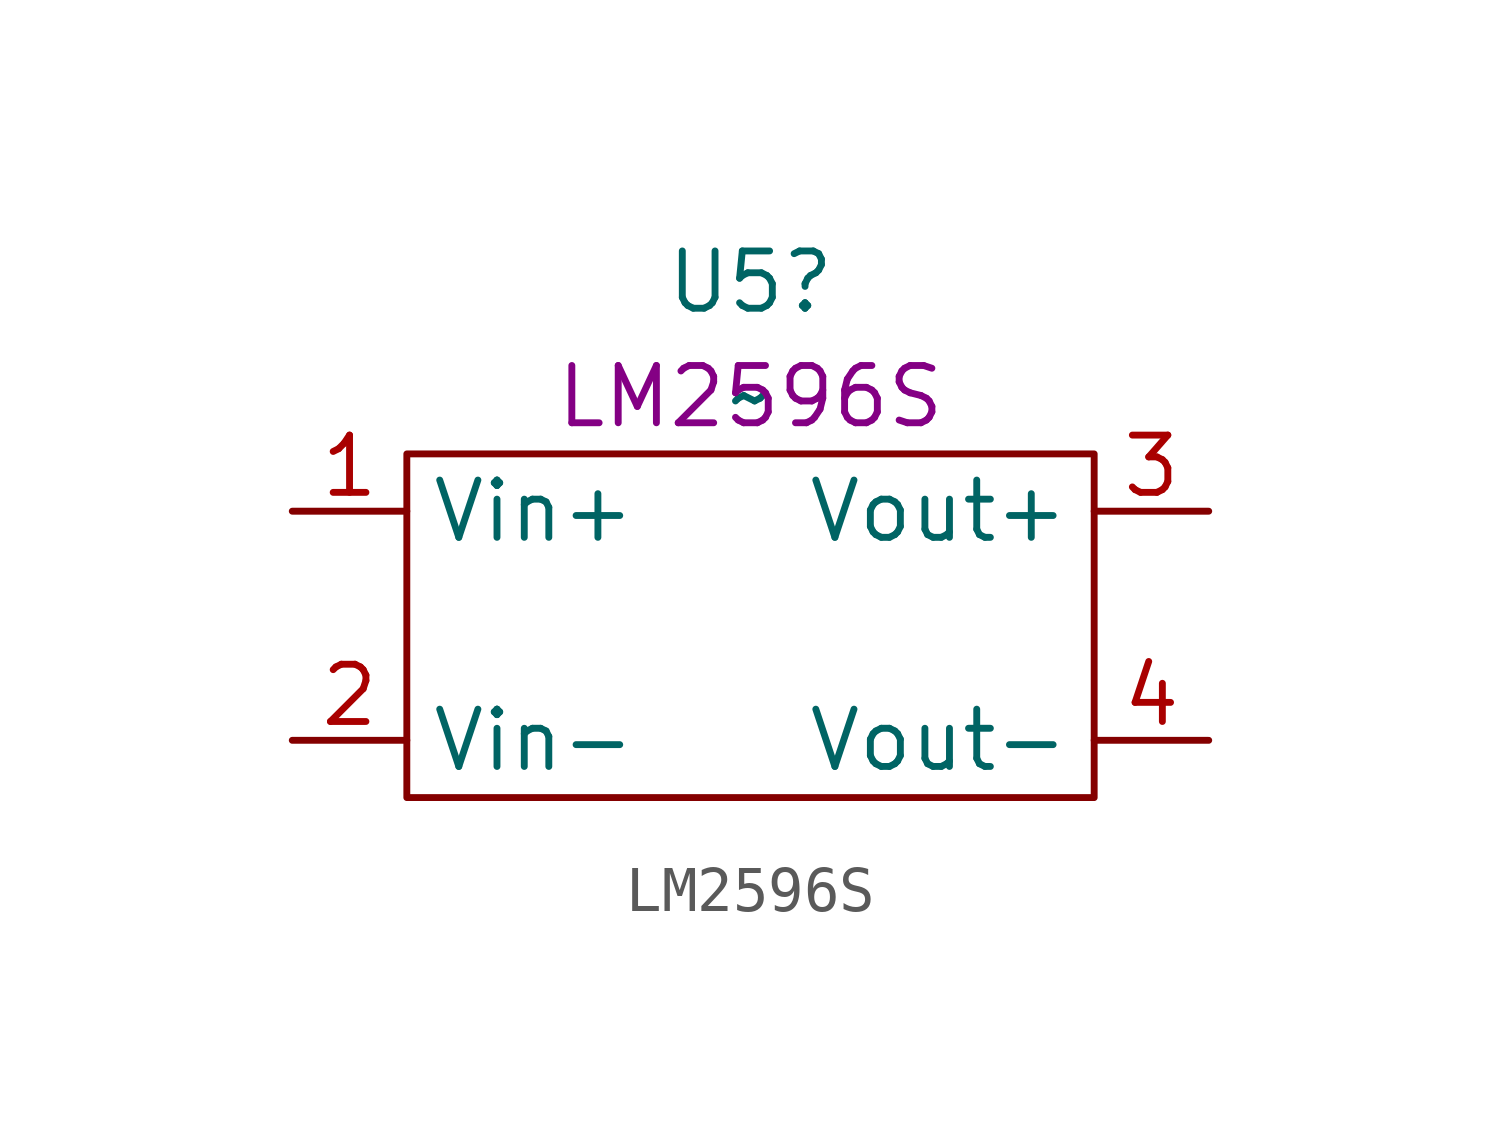
<source format=kicad_sym>
(kicad_symbol_lib
  (version 20241209)
  (generator "kicad_symbol_editor")
  (generator_version "9.0")
  (symbol "LM2596S"
    (property "Reference" "U5"
      (at 0 7.62 0)
      (effects (font (size 1.27 1.27))))
    (property "Value" "~"
      (at 0 5.08 0)
      (effects (font (size 1.27 1.27))))
    (property "Description" "LM2596S"
      (at 0 5.08 0)
      (effects (font (size 1.27 1.27))))
    (symbol "LM2596S_0_1"
      (rectangle (start -7.62 3.81) (end 7.62 -3.81) (stroke (width 0) (type default)) (fill (type none))))
    (symbol "LM2596S_1_1"
      (pin power_in line (at -10.16 2.54 0) (length 2.54) (name "Vin+" (effects (font (size 1.27 1.27)))) (number "1" (effects (font (size 1.27 1.27)))))
      (pin power_in line (at -10.16 -2.54 0) (length 2.54) (name "Vin-" (effects (font (size 1.27 1.27)))) (number "2" (effects (font (size 1.27 1.27)))))
      (pin power_out line (at 10.16 2.54 180) (length 2.54) (name "Vout+" (effects (font (size 1.27 1.27)))) (number "3" (effects (font (size 1.27 1.27)))))
      (pin power_out line (at 10.16 -2.54 180) (length 2.54) (name "Vout-" (effects (font (size 1.27 1.27)))) (number "4" (effects (font (size 1.27 1.27))))))))
</source>
